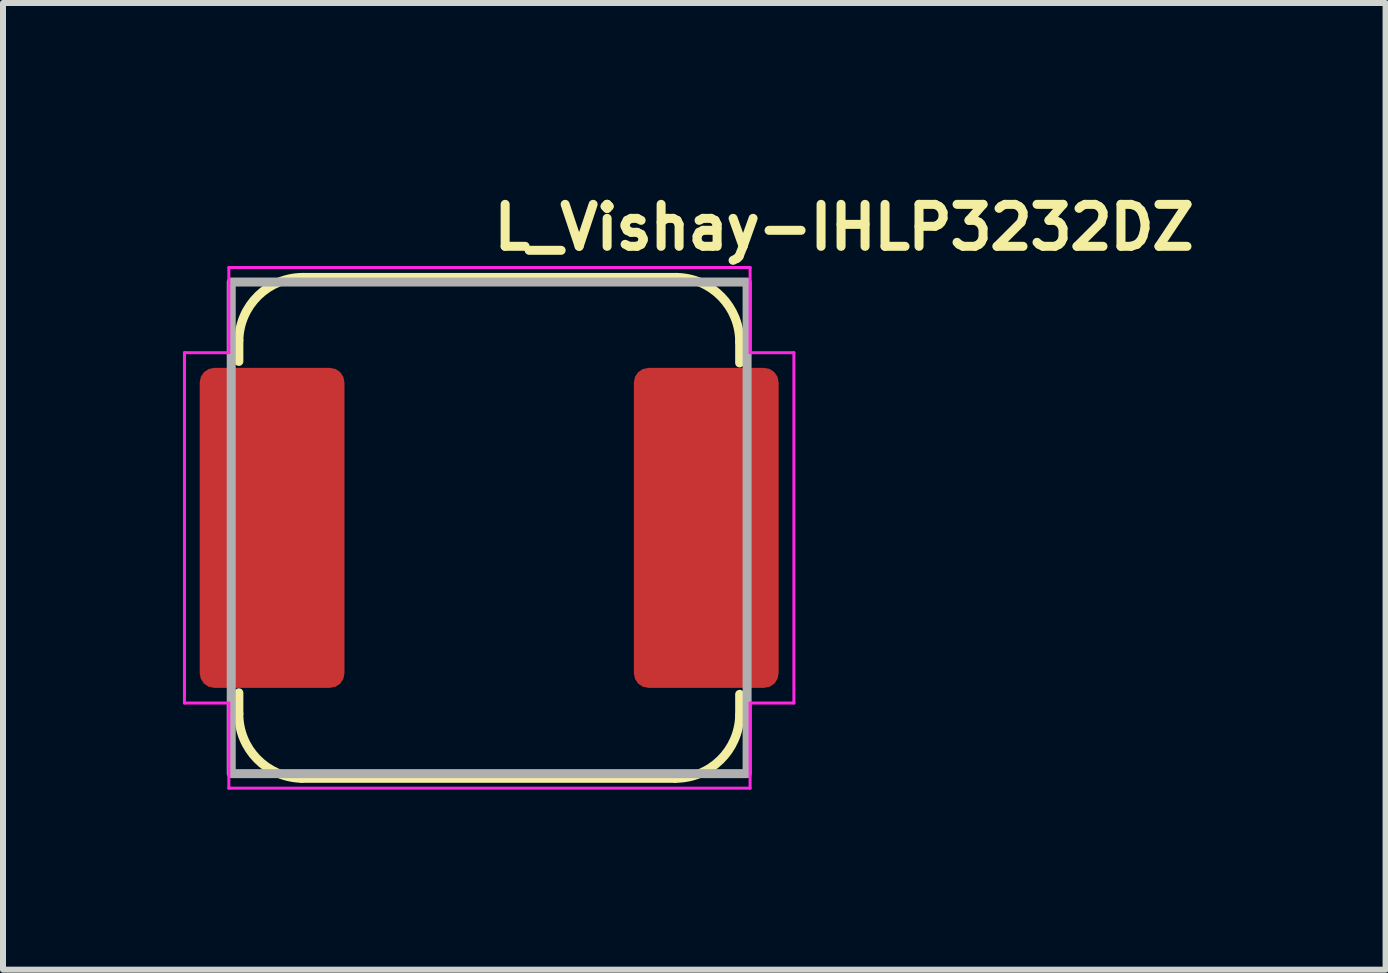
<source format=kicad_pcb>
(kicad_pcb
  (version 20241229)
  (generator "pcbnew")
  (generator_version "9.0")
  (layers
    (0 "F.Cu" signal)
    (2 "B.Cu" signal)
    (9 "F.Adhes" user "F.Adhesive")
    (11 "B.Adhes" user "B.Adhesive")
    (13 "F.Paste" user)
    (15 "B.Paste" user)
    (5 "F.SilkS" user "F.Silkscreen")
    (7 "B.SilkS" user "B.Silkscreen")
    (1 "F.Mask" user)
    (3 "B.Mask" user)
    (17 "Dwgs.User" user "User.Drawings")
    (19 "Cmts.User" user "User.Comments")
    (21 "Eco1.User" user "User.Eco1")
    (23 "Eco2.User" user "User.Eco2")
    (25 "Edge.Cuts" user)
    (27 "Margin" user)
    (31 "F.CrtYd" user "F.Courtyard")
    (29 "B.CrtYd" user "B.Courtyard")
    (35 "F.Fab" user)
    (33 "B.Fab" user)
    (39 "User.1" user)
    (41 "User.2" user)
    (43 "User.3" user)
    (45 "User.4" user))
  (footprint "L_Vishay-IHLP3232DZ"
    (layer "F.Cu")
    (at 5.105 5.75)
    (property "Reference" "L_Vishay-IHLP3232DZ" (at 0.001 -4.6 0) (layer "F.SilkS") (effects (font (size 0.7 0.7) (thickness 0.15)) (justify left bottom)))
    (attr smd)
    (fp_line (start -4.173 -2.775) (end -4.173 -3.125) (stroke (width 0.15) (type solid)) (layer "F.SilkS"))
    (fp_line (start -4.173 3.1) (end -4.173 2.75) (stroke (width 0.15) (type solid)) (layer "F.SilkS"))
    (fp_line (start -3.124 4.175) (end 3.101 4.175) (stroke (width 0.15) (type solid)) (layer "F.SilkS"))
    (fp_line (start 3.126 -4.175) (end -3.099 -4.175) (stroke (width 0.15) (type solid)) (layer "F.SilkS"))
    (fp_line (start 4.176 -3.1) (end 4.176 -2.75) (stroke (width 0.15) (type solid)) (layer "F.SilkS"))
    (fp_line (start 4.176 2.775) (end 4.176 3.125) (stroke (width 0.15) (type solid)) (layer "F.SilkS"))
    (fp_arc (start -4.173 -3.125) (mid -3.851043 -3.869958) (end -3.099 -4.175) (stroke (width 0.15) (type solid)) (layer "F.SilkS"))
    (fp_arc (start -3.124 4.175) (mid -3.868667 3.852342) (end -4.173 3.1) (stroke (width 0.15) (type solid)) (layer "F.SilkS"))
    (fp_arc (start 3.126 -4.175) (mid 3.870808 -3.852196) (end 4.176 -3.1) (stroke (width 0.15) (type solid)) (layer "F.SilkS"))
    (fp_arc (start 4.176 3.125) (mid 3.853196 3.869808) (end 3.101 4.175) (stroke (width 0.15) (type solid)) (layer "F.SilkS"))
    (fp_line (start -5.08 2.92) (end -5.08 -2.92) (stroke (width 0.05) (type solid)) (layer "F.CrtYd"))
    (fp_line (start -4.34 -2.92) (end -5.08 -2.92) (stroke (width 0.05) (type solid)) (layer "F.CrtYd"))
    (fp_line (start -4.34 -2.92) (end -4.34 -4.34) (stroke (width 0.05) (type solid)) (layer "F.CrtYd"))
    (fp_line (start -4.34 2.92) (end -5.08 2.92) (stroke (width 0.05) (type solid)) (layer "F.CrtYd"))
    (fp_line (start -4.34 2.92) (end -4.34 4.34) (stroke (width 0.05) (type solid)) (layer "F.CrtYd"))
    (fp_line (start -4.34 4.34) (end 4.35 4.34) (stroke (width 0.05) (type solid)) (layer "F.CrtYd"))
    (fp_line (start 4.35 -4.34) (end -4.34 -4.34) (stroke (width 0.05) (type solid)) (layer "F.CrtYd"))
    (fp_line (start 4.35 -2.92) (end 4.35 -4.34) (stroke (width 0.05) (type solid)) (layer "F.CrtYd"))
    (fp_line (start 4.35 -2.92) (end 5.08 -2.92) (stroke (width 0.05) (type solid)) (layer "F.CrtYd"))
    (fp_line (start 4.35 2.92) (end 4.35 4.34) (stroke (width 0.05) (type solid)) (layer "F.CrtYd"))
    (fp_line (start 4.35 2.92) (end 5.08 2.92) (stroke (width 0.05) (type solid)) (layer "F.CrtYd"))
    (fp_line (start 5.08 -2.92) (end 5.08 2.92) (stroke (width 0.05) (type solid)) (layer "F.CrtYd"))
    (fp_rect (start -4.3 -4.098) (end 4.3 4.097) (stroke (width 0.15) (type solid)) (fill no) (layer "F.Fab"))
    (fp_rect (start -4.3 -4.098) (end 4.3 4.097) (stroke (width 0.1) (type solid)) (fill no) (layer "User.5"))
    (fp_line (start -4.3 -0.363) (end -4.3 -0.363) (stroke (width 0.02) (type solid)) (layer "User.9"))
    (fp_line (start -4.3 -0.363) (end -4.3 -0.254) (stroke (width 0.02) (type solid)) (layer "User.9"))
    (fp_line (start -4.3 -0.363) (end -4.298 -0.364) (stroke (width 0.02) (type solid)) (layer "User.9"))
    (fp_line (start -4.3 -0.363) (end -4.096 -0.363) (stroke (width 0.02) (type solid)) (layer "User.9"))
    (fp_line (start -4.3 1.141) (end -4.3 -0.254) (stroke (width 0.02) (type solid)) (layer "User.9"))
    (fp_line (start -4.3 1.141) (end -4.3 1.25) (stroke (width 0.02) (type solid)) (layer "User.9"))
    (fp_line (start -4.3 1.25) (end -4.3 2.539) (stroke (width 0.02) (type solid)) (layer "User.9"))
    (fp_line (start -4.3 2.539) (end -4.096 2.539) (stroke (width 0.02) (type solid)) (layer "User.9"))
    (fp_line (start -4.298 -0.367) (end -4.297 -0.368) (stroke (width 0.02) (type solid)) (layer "User.9"))
    (fp_line (start -4.298 -0.366) (end -4.298 -0.367) (stroke (width 0.02) (type solid)) (layer "User.9"))
    (fp_line (start -4.298 -0.366) (end -4.298 -0.366) (stroke (width 0.02) (type solid)) (layer "User.9"))
    (fp_line (start -4.298 -0.365) (end -4.298 -0.366) (stroke (width 0.02) (type solid)) (layer "User.9"))
    (fp_line (start -4.298 -0.365) (end -4.298 -0.365) (stroke (width 0.02) (type solid)) (layer "User.9"))
    (fp_line (start -4.298 -0.364) (end -4.298 -0.365) (stroke (width 0.02) (type solid)) (layer "User.9"))
    (fp_line (start -4.298 1.25) (end -4.3 1.25) (stroke (width 0.02) (type solid)) (layer "User.9"))
    (fp_line (start -4.298 1.252) (end -4.298 1.25) (stroke (width 0.02) (type solid)) (layer "User.9"))
    (fp_line (start -4.298 1.252) (end -4.298 1.252) (stroke (width 0.02) (type solid)) (layer "User.9"))
    (fp_line (start -4.297 -0.368) (end -4.295 -0.368) (stroke (width 0.02) (type solid)) (layer "User.9"))
    (fp_line (start -4.297 1.254) (end -4.298 1.252) (stroke (width 0.02) (type solid)) (layer "User.9"))
    (fp_line (start -4.295 -0.369) (end -4.295 -0.369) (stroke (width 0.02) (type solid)) (layer "User.9"))
    (fp_line (start -4.295 -0.369) (end -4.293 -0.37) (stroke (width 0.02) (type solid)) (layer "User.9"))
    (fp_line (start -4.295 -0.368) (end -4.295 -0.369) (stroke (width 0.02) (type solid)) (layer "User.9"))
    (fp_line (start -4.295 1.256) (end -4.297 1.254) (stroke (width 0.02) (type solid)) (layer "User.9"))
    (fp_line (start -4.293 -0.37) (end -4.293 -0.37) (stroke (width 0.02) (type solid)) (layer "User.9"))
    (fp_line (start -4.293 -0.37) (end -4.292 -0.371) (stroke (width 0.02) (type solid)) (layer "User.9"))
    (fp_line (start -4.293 1.256) (end -4.295 1.256) (stroke (width 0.02) (type solid)) (layer "User.9"))
    (fp_line (start -4.292 -0.371) (end -4.29 -0.372) (stroke (width 0.02) (type solid)) (layer "User.9"))
    (fp_line (start -4.292 1.258) (end -4.293 1.256) (stroke (width 0.02) (type solid)) (layer "User.9"))
    (fp_line (start -4.29 -0.372) (end -4.289 -0.372) (stroke (width 0.02) (type solid)) (layer "User.9"))
    (fp_line (start -4.289 -0.372) (end -4.287 -0.373) (stroke (width 0.02) (type solid)) (layer "User.9"))
    (fp_line (start -4.289 1.258) (end -4.292 1.258) (stroke (width 0.02) (type solid)) (layer "User.9"))
    (fp_line (start -4.287 -0.373) (end -4.285 -0.373) (stroke (width 0.02) (type solid)) (layer "User.9"))
    (fp_line (start -4.285 -0.373) (end -4.282 -0.375) (stroke (width 0.02) (type solid)) (layer "User.9"))
    (fp_line (start -4.285 1.26) (end -4.289 1.258) (stroke (width 0.02) (type solid)) (layer "User.9"))
    (fp_line (start -4.282 -0.375) (end -4.279 -0.376) (stroke (width 0.02) (type solid)) (layer "User.9"))
    (fp_line (start -4.282 1.262) (end -4.285 1.26) (stroke (width 0.02) (type solid)) (layer "User.9"))
    (fp_line (start -4.279 -0.376) (end -4.276 -0.377) (stroke (width 0.02) (type solid)) (layer "User.9"))
    (fp_line (start -4.279 1.262) (end -4.282 1.262) (stroke (width 0.02) (type solid)) (layer "User.9"))
    (fp_line (start -4.276 -0.377) (end -4.271 -0.378) (stroke (width 0.02) (type solid)) (layer "User.9"))
    (fp_line (start -4.276 1.264) (end -4.279 1.262) (stroke (width 0.02) (type solid)) (layer "User.9"))
    (fp_line (start -4.271 -0.378) (end -4.268 -0.379) (stroke (width 0.02) (type solid)) (layer "User.9"))
    (fp_line (start -4.271 1.264) (end -4.276 1.264) (stroke (width 0.02) (type solid)) (layer "User.9"))
    (fp_line (start -4.268 -0.379) (end -4.263 -0.38) (stroke (width 0.02) (type solid)) (layer "User.9"))
    (fp_line (start -4.268 1.266) (end -4.271 1.264) (stroke (width 0.02) (type solid)) (layer "User.9"))
    (fp_line (start -4.263 -0.38) (end -4.258 -0.381) (stroke (width 0.02) (type solid)) (layer "User.9"))
    (fp_line (start -4.258 -0.381) (end -4.096 -0.381) (stroke (width 0.02) (type solid)) (layer "User.9"))
    (fp_line (start -4.258 1.268) (end -4.268 1.266) (stroke (width 0.02) (type solid)) (layer "User.9"))
    (fp_line (start -4.096 -3.093) (end -4.096 -2.54) (stroke (width 0.02) (type solid)) (layer "User.9"))
    (fp_line (start -4.096 -2.54) (end -4.3 -2.54) (stroke (width 0.02) (type solid)) (layer "User.9"))
    (fp_line (start -4.096 -2.54) (end -3.843 -2.54) (stroke (width 0.02) (type solid)) (layer "User.9"))
    (fp_line (start -4.096 -0.381) (end -4.096 1.268) (stroke (width 0.02) (type solid)) (layer "User.9"))
    (fp_line (start -4.096 -0.363) (end -4.096 -0.254) (stroke (width 0.02) (type solid)) (layer "User.9"))
    (fp_line (start -4.096 1.141) (end -4.096 -0.254) (stroke (width 0.02) (type solid)) (layer "User.9"))
    (fp_line (start -4.096 1.141) (end -4.096 1.25) (stroke (width 0.02) (type solid)) (layer "User.9"))
    (fp_line (start -4.096 1.25) (end -4.3 1.25) (stroke (width 0.02) (type solid)) (layer "User.9"))
    (fp_line (start -4.096 1.268) (end -4.258 1.268) (stroke (width 0.02) (type solid)) (layer "User.9"))
    (fp_line (start -4.096 2.539) (end -4.096 3.091) (stroke (width 0.02) (type solid)) (layer "User.9"))
    (fp_line (start -4.096 3.091) (end -4.094 3.14) (stroke (width 0.02) (type solid)) (layer "User.9"))
    (fp_line (start -4.094 -3.142) (end -4.096 -3.093) (stroke (width 0.02) (type solid)) (layer "User.9"))
    (fp_line (start -4.094 3.14) (end -4.091 3.189) (stroke (width 0.02) (type solid)) (layer "User.9"))
    (fp_line (start -4.091 -3.192) (end -4.094 -3.142) (stroke (width 0.02) (type solid)) (layer "User.9"))
    (fp_line (start -4.091 3.189) (end -4.085 3.238) (stroke (width 0.02) (type solid)) (layer "User.9"))
    (fp_line (start -4.085 -3.241) (end -4.091 -3.192) (stroke (width 0.02) (type solid)) (layer "User.9"))
    (fp_line (start -4.085 3.238) (end -4.077 3.287) (stroke (width 0.02) (type solid)) (layer "User.9"))
    (fp_line (start -4.077 -3.29) (end -4.085 -3.241) (stroke (width 0.02) (type solid)) (layer "User.9"))
    (fp_line (start -4.077 3.287) (end -4.065 3.335) (stroke (width 0.02) (type solid)) (layer "User.9"))
    (fp_line (start -4.065 -3.338) (end -4.077 -3.29) (stroke (width 0.02) (type solid)) (layer "User.9"))
    (fp_line (start -4.065 3.335) (end -4.053 3.382) (stroke (width 0.02) (type solid)) (layer "User.9"))
    (fp_line (start -4.053 -3.384) (end -4.065 -3.338) (stroke (width 0.02) (type solid)) (layer "User.9"))
    (fp_line (start -4.053 3.382) (end -4.037 3.43) (stroke (width 0.02) (type solid)) (layer "User.9"))
    (fp_line (start -4.037 -3.431) (end -4.053 -3.384) (stroke (width 0.02) (type solid)) (layer "User.9"))
    (fp_line (start -4.037 3.43) (end -4.019 3.475) (stroke (width 0.02) (type solid)) (layer "User.9"))
    (fp_line (start -4.019 -3.477) (end -4.037 -3.431) (stroke (width 0.02) (type solid)) (layer "User.9"))
    (fp_line (start -4.019 3.475) (end -4 3.519) (stroke (width 0.02) (type solid)) (layer "User.9"))
    (fp_line (start -4 -3.521) (end -4.019 -3.477) (stroke (width 0.02) (type solid)) (layer "User.9"))
    (fp_line (start -4 3.519) (end -3.979 3.563) (stroke (width 0.02) (type solid)) (layer "User.9"))
    (fp_line (start -3.979 -3.565) (end -4 -3.521) (stroke (width 0.02) (type solid)) (layer "User.9"))
    (fp_line (start -3.979 3.563) (end -3.954 3.607) (stroke (width 0.02) (type solid)) (layer "User.9"))
    (fp_line (start -3.954 -3.609) (end -3.979 -3.565) (stroke (width 0.02) (type solid)) (layer "User.9"))
    (fp_line (start -3.954 3.607) (end -3.929 3.648) (stroke (width 0.02) (type solid)) (layer "User.9"))
    (fp_line (start -3.929 -3.65) (end -3.954 -3.609) (stroke (width 0.02) (type solid)) (layer "User.9"))
    (fp_line (start -3.929 3.648) (end -3.899 3.688) (stroke (width 0.02) (type solid)) (layer "User.9"))
    (fp_line (start -3.899 -3.69) (end -3.929 -3.65) (stroke (width 0.02) (type solid)) (layer "User.9"))
    (fp_line (start -3.899 3.688) (end -3.87 3.728) (stroke (width 0.02) (type solid)) (layer "User.9"))
    (fp_line (start -3.87 -3.73) (end -3.899 -3.69) (stroke (width 0.02) (type solid)) (layer "User.9"))
    (fp_line (start -3.87 3.728) (end -3.837 3.765) (stroke (width 0.02) (type solid)) (layer "User.9"))
    (fp_line (start -3.843 -3.041) (end -3.842 -3.092) (stroke (width 0.02) (type solid)) (layer "User.9"))
    (fp_line (start -3.843 -0.381) (end -4.096 -0.381) (stroke (width 0.02) (type solid)) (layer "User.9"))
    (fp_line (start -3.843 1.268) (end -4.096 1.268) (stroke (width 0.02) (type solid)) (layer "User.9"))
    (fp_line (start -3.843 1.268) (end -4.096 1.268) (stroke (width 0.02) (type solid)) (layer "User.9"))
    (fp_line (start -3.843 2.539) (end -4.096 2.539) (stroke (width 0.02) (type solid)) (layer "User.9"))
    (fp_line (start -3.843 3.039) (end -3.843 -3.041) (stroke (width 0.02) (type solid)) (layer "User.9"))
    (fp_line (start -3.842 -3.092) (end -3.838 -3.141) (stroke (width 0.02) (type solid)) (layer "User.9"))
    (fp_line (start -3.842 3.089) (end -3.843 3.039) (stroke (width 0.02) (type solid)) (layer "User.9"))
    (fp_line (start -3.838 -3.141) (end -3.832 -3.189) (stroke (width 0.02) (type solid)) (layer "User.9"))
    (fp_line (start -3.838 3.138) (end -3.842 3.089) (stroke (width 0.02) (type solid)) (layer "User.9"))
    (fp_line (start -3.837 -3.767) (end -3.87 -3.73) (stroke (width 0.02) (type solid)) (layer "User.9"))
    (fp_line (start -3.837 3.765) (end -3.802 3.801) (stroke (width 0.02) (type solid)) (layer "User.9"))
    (fp_line (start -3.832 -3.189) (end -3.824 -3.238) (stroke (width 0.02) (type solid)) (layer "User.9"))
    (fp_line (start -3.832 3.188) (end -3.838 3.138) (stroke (width 0.02) (type solid)) (layer "User.9"))
    (fp_line (start -3.824 -3.238) (end -3.813 -3.286) (stroke (width 0.02) (type solid)) (layer "User.9"))
    (fp_line (start -3.824 3.237) (end -3.832 3.188) (stroke (width 0.02) (type solid)) (layer "User.9"))
    (fp_line (start -3.813 -3.286) (end -3.8 -3.334) (stroke (width 0.02) (type solid)) (layer "User.9"))
    (fp_line (start -3.813 3.285) (end -3.824 3.237) (stroke (width 0.02) (type solid)) (layer "User.9"))
    (fp_line (start -3.802 -3.803) (end -3.837 -3.767) (stroke (width 0.02) (type solid)) (layer "User.9"))
    (fp_line (start -3.802 -3.803) (end -3.802 -3.803) (stroke (width 0.02) (type solid)) (layer "User.9"))
    (fp_line (start -3.802 3.801) (end -3.802 3.801) (stroke (width 0.02) (type solid)) (layer "User.9"))
    (fp_line (start -3.802 3.801) (end -3.766 3.836) (stroke (width 0.02) (type solid)) (layer "User.9"))
    (fp_line (start -3.8 -3.334) (end -3.785 -3.38) (stroke (width 0.02) (type solid)) (layer "User.9"))
    (fp_line (start -3.8 3.331) (end -3.813 3.285) (stroke (width 0.02) (type solid)) (layer "User.9"))
    (fp_line (start -3.785 -3.38) (end -3.766 -3.427) (stroke (width 0.02) (type solid)) (layer "User.9"))
    (fp_line (start -3.785 3.378) (end -3.8 3.331) (stroke (width 0.02) (type solid)) (layer "User.9"))
    (fp_line (start -3.766 -3.838) (end -3.802 -3.803) (stroke (width 0.02) (type solid)) (layer "User.9"))
    (fp_line (start -3.766 -3.427) (end -3.746 -3.472) (stroke (width 0.02) (type solid)) (layer "User.9"))
    (fp_line (start -3.766 3.424) (end -3.785 3.378) (stroke (width 0.02) (type solid)) (layer "User.9"))
    (fp_line (start -3.766 3.836) (end -3.729 3.869) (stroke (width 0.02) (type solid)) (layer "User.9"))
    (fp_line (start -3.746 -3.472) (end -3.725 -3.516) (stroke (width 0.02) (type solid)) (layer "User.9"))
    (fp_line (start -3.746 3.47) (end -3.766 3.424) (stroke (width 0.02) (type solid)) (layer "User.9"))
    (fp_line (start -3.729 -3.871) (end -3.766 -3.838) (stroke (width 0.02) (type solid)) (layer "User.9"))
    (fp_line (start -3.729 3.869) (end -3.689 3.898) (stroke (width 0.02) (type solid)) (layer "User.9"))
    (fp_line (start -3.725 -3.516) (end -3.7 -3.557) (stroke (width 0.02) (type solid)) (layer "User.9"))
    (fp_line (start -3.725 3.513) (end -3.746 3.47) (stroke (width 0.02) (type solid)) (layer "User.9"))
    (fp_line (start -3.7 -3.557) (end -3.675 -3.6) (stroke (width 0.02) (type solid)) (layer "User.9"))
    (fp_line (start -3.7 3.555) (end -3.725 3.513) (stroke (width 0.02) (type solid)) (layer "User.9"))
    (fp_line (start -3.689 -3.9) (end -3.729 -3.871) (stroke (width 0.02) (type solid)) (layer "User.9"))
    (fp_line (start -3.689 3.898) (end -3.649 3.927) (stroke (width 0.02) (type solid)) (layer "User.9"))
    (fp_line (start -3.675 -3.6) (end -3.645 -3.64) (stroke (width 0.02) (type solid)) (layer "User.9"))
    (fp_line (start -3.675 3.597) (end -3.7 3.555) (stroke (width 0.02) (type solid)) (layer "User.9"))
    (fp_line (start -3.649 -3.93) (end -3.689 -3.9) (stroke (width 0.02) (type solid)) (layer "User.9"))
    (fp_line (start -3.649 3.927) (end -3.608 3.954) (stroke (width 0.02) (type solid)) (layer "User.9"))
    (fp_line (start -3.645 -3.64) (end -3.616 -3.678) (stroke (width 0.02) (type solid)) (layer "User.9"))
    (fp_line (start -3.645 3.637) (end -3.675 3.597) (stroke (width 0.02) (type solid)) (layer "User.9"))
    (fp_line (start -3.616 -3.678) (end -3.583 -3.717) (stroke (width 0.02) (type solid)) (layer "User.9"))
    (fp_line (start -3.616 3.676) (end -3.645 3.637) (stroke (width 0.02) (type solid)) (layer "User.9"))
    (fp_line (start -3.608 -3.955) (end -3.649 -3.93) (stroke (width 0.02) (type solid)) (layer "User.9"))
    (fp_line (start -3.608 3.954) (end -3.564 3.978) (stroke (width 0.02) (type solid)) (layer "User.9"))
    (fp_line (start -3.583 -3.717) (end -3.548 -3.753) (stroke (width 0.02) (type solid)) (layer "User.9"))
    (fp_line (start -3.583 3.714) (end -3.616 3.676) (stroke (width 0.02) (type solid)) (layer "User.9"))
    (fp_line (start -3.564 -3.98) (end -3.608 -3.955) (stroke (width 0.02) (type solid)) (layer "User.9"))
    (fp_line (start -3.564 3.978) (end -3.52 3.999) (stroke (width 0.02) (type solid)) (layer "User.9"))
    (fp_line (start -3.548 -3.753) (end -3.548 -3.753) (stroke (width 0.02) (type solid)) (layer "User.9"))
    (fp_line (start -3.548 -3.753) (end -3.512 -3.787) (stroke (width 0.02) (type solid)) (layer "User.9"))
    (fp_line (start -3.548 3.75) (end -3.583 3.714) (stroke (width 0.02) (type solid)) (layer "User.9"))
    (fp_line (start -3.548 3.75) (end -3.548 3.75) (stroke (width 0.02) (type solid)) (layer "User.9"))
    (fp_line (start -3.52 -4.001) (end -3.564 -3.98) (stroke (width 0.02) (type solid)) (layer "User.9"))
    (fp_line (start -3.52 3.999) (end -3.476 4.019) (stroke (width 0.02) (type solid)) (layer "User.9"))
    (fp_line (start -3.512 -3.787) (end -3.475 -3.819) (stroke (width 0.02) (type solid)) (layer "User.9"))
    (fp_line (start -3.512 3.785) (end -3.548 3.75) (stroke (width 0.02) (type solid)) (layer "User.9"))
    (fp_line (start -3.476 -4.021) (end -3.52 -4.001) (stroke (width 0.02) (type solid)) (layer "User.9"))
    (fp_line (start -3.476 4.019) (end -3.43 4.038) (stroke (width 0.02) (type solid)) (layer "User.9"))
    (fp_line (start -3.475 -3.819) (end -3.435 -3.85) (stroke (width 0.02) (type solid)) (layer "User.9"))
    (fp_line (start -3.475 3.817) (end -3.512 3.785) (stroke (width 0.02) (type solid)) (layer "User.9"))
    (fp_line (start -3.435 -3.85) (end -3.395 -3.879) (stroke (width 0.02) (type solid)) (layer "User.9"))
    (fp_line (start -3.435 3.847) (end -3.475 3.817) (stroke (width 0.02) (type solid)) (layer "User.9"))
    (fp_line (start -3.43 -4.038) (end -3.476 -4.021) (stroke (width 0.02) (type solid)) (layer "User.9"))
    (fp_line (start -3.43 4.038) (end -3.383 4.051) (stroke (width 0.02) (type solid)) (layer "User.9"))
    (fp_line (start -3.395 -3.879) (end -3.354 -3.904) (stroke (width 0.02) (type solid)) (layer "User.9"))
    (fp_line (start -3.395 3.876) (end -3.435 3.847) (stroke (width 0.02) (type solid)) (layer "User.9"))
    (fp_line (start -3.383 -4.054) (end -3.43 -4.038) (stroke (width 0.02) (type solid)) (layer "User.9"))
    (fp_line (start -3.383 4.051) (end -3.337 4.065) (stroke (width 0.02) (type solid)) (layer "User.9"))
    (fp_line (start -3.354 -3.904) (end -3.31 -3.928) (stroke (width 0.02) (type solid)) (layer "User.9"))
    (fp_line (start -3.354 3.902) (end -3.395 3.876) (stroke (width 0.02) (type solid)) (layer "User.9"))
    (fp_line (start -3.337 -4.067) (end -3.383 -4.054) (stroke (width 0.02) (type solid)) (layer "User.9"))
    (fp_line (start -3.337 4.065) (end -3.289 4.075) (stroke (width 0.02) (type solid)) (layer "User.9"))
    (fp_line (start -3.31 -3.928) (end -3.266 -3.951) (stroke (width 0.02) (type solid)) (layer "User.9"))
    (fp_line (start -3.31 3.926) (end -3.354 3.902) (stroke (width 0.02) (type solid)) (layer "User.9"))
    (fp_line (start -3.289 -4.078) (end -3.337 -4.067) (stroke (width 0.02) (type solid)) (layer "User.9"))
    (fp_line (start -3.289 4.075) (end -3.24 4.083) (stroke (width 0.02) (type solid)) (layer "User.9"))
    (fp_line (start -3.266 -3.951) (end -3.222 -3.971) (stroke (width 0.02) (type solid)) (layer "User.9"))
    (fp_line (start -3.266 3.948) (end -3.31 3.926) (stroke (width 0.02) (type solid)) (layer "User.9"))
    (fp_line (start -3.24 -4.086) (end -3.289 -4.078) (stroke (width 0.02) (type solid)) (layer "User.9"))
    (fp_line (start -3.24 4.083) (end -3.191 4.091) (stroke (width 0.02) (type solid)) (layer "User.9"))
    (fp_line (start -3.222 -3.971) (end -3.176 -3.988) (stroke (width 0.02) (type solid)) (layer "User.9"))
    (fp_line (start -3.222 3.968) (end -3.266 3.948) (stroke (width 0.02) (type solid)) (layer "User.9"))
    (fp_line (start -3.191 -4.093) (end -3.24 -4.086) (stroke (width 0.02) (type solid)) (layer "User.9"))
    (fp_line (start -3.191 4.091) (end -3.141 4.094) (stroke (width 0.02) (type solid)) (layer "User.9"))
    (fp_line (start -3.176 -3.988) (end -3.129 -4.003) (stroke (width 0.02) (type solid)) (layer "User.9"))
    (fp_line (start -3.176 3.987) (end -3.222 3.968) (stroke (width 0.02) (type solid)) (layer "User.9"))
    (fp_line (start -3.141 -4.096) (end -3.191 -4.093) (stroke (width 0.02) (type solid)) (layer "User.9"))
    (fp_line (start -3.141 4.094) (end -3.092 4.097) (stroke (width 0.02) (type solid)) (layer "User.9"))
    (fp_line (start -3.129 -4.003) (end -3.083 -4.016) (stroke (width 0.02) (type solid)) (layer "User.9"))
    (fp_line (start -3.129 4.001) (end -3.176 3.987) (stroke (width 0.02) (type solid)) (layer "User.9"))
    (fp_line (start -3.092 -4.098) (end -3.141 -4.096) (stroke (width 0.02) (type solid)) (layer "User.9"))
    (fp_line (start -3.092 4.097) (end 3.092 4.097) (stroke (width 0.02) (type solid)) (layer "User.9"))
    (fp_line (start -3.083 -4.016) (end -3.035 -4.027) (stroke (width 0.02) (type solid)) (layer "User.9"))
    (fp_line (start -3.083 4.014) (end -3.129 4.001) (stroke (width 0.02) (type solid)) (layer "User.9"))
    (fp_line (start -3.035 -4.027) (end -2.986 -4.037) (stroke (width 0.02) (type solid)) (layer "User.9"))
    (fp_line (start -3.035 4.025) (end -3.083 4.014) (stroke (width 0.02) (type solid)) (layer "User.9"))
    (fp_line (start -2.986 -4.037) (end -2.937 -4.041) (stroke (width 0.02) (type solid)) (layer "User.9"))
    (fp_line (start -2.986 4.035) (end -3.035 4.025) (stroke (width 0.02) (type solid)) (layer "User.9"))
    (fp_line (start -2.937 -4.041) (end -2.887 -4.045) (stroke (width 0.02) (type solid)) (layer "User.9"))
    (fp_line (start -2.937 4.041) (end -2.986 4.035) (stroke (width 0.02) (type solid)) (layer "User.9"))
    (fp_line (start -2.887 -4.045) (end -2.838 -4.046) (stroke (width 0.02) (type solid)) (layer "User.9"))
    (fp_line (start -2.887 4.043) (end -2.937 4.041) (stroke (width 0.02) (type solid)) (layer "User.9"))
    (fp_line (start -2.838 -4.046) (end 2.838 -4.046) (stroke (width 0.02) (type solid)) (layer "User.9"))
    (fp_line (start -2.838 4.046) (end -2.887 4.043) (stroke (width 0.02) (type solid)) (layer "User.9"))
    (fp_line (start 2.838 -4.046) (end 2.887 -4.045) (stroke (width 0.02) (type solid)) (layer "User.9"))
    (fp_line (start 2.838 4.046) (end -2.838 4.046) (stroke (width 0.02) (type solid)) (layer "User.9"))
    (fp_line (start 2.887 -4.045) (end 2.936 -4.041) (stroke (width 0.02) (type solid)) (layer "User.9"))
    (fp_line (start 2.887 4.043) (end 2.838 4.046) (stroke (width 0.02) (type solid)) (layer "User.9"))
    (fp_line (start 2.936 -4.041) (end 2.985 -4.037) (stroke (width 0.02) (type solid)) (layer "User.9"))
    (fp_line (start 2.936 4.041) (end 2.887 4.043) (stroke (width 0.02) (type solid)) (layer "User.9"))
    (fp_line (start 2.985 -4.037) (end 3.034 -4.027) (stroke (width 0.02) (type solid)) (layer "User.9"))
    (fp_line (start 2.985 4.035) (end 2.936 4.041) (stroke (width 0.02) (type solid)) (layer "User.9"))
    (fp_line (start 3.034 -4.027) (end 3.082 -4.016) (stroke (width 0.02) (type solid)) (layer "User.9"))
    (fp_line (start 3.034 4.025) (end 2.985 4.035) (stroke (width 0.02) (type solid)) (layer "User.9"))
    (fp_line (start 3.082 -4.016) (end 3.129 -4.003) (stroke (width 0.02) (type solid)) (layer "User.9"))
    (fp_line (start 3.082 4.014) (end 3.034 4.025) (stroke (width 0.02) (type solid)) (layer "User.9"))
    (fp_line (start 3.092 -4.098) (end -3.092 -4.098) (stroke (width 0.02) (type solid)) (layer "User.9"))
    (fp_line (start 3.092 4.097) (end 3.141 4.094) (stroke (width 0.02) (type solid)) (layer "User.9"))
    (fp_line (start 3.129 -4.003) (end 3.177 -3.988) (stroke (width 0.02) (type solid)) (layer "User.9"))
    (fp_line (start 3.129 4.001) (end 3.082 4.014) (stroke (width 0.02) (type solid)) (layer "User.9"))
    (fp_line (start 3.141 -4.096) (end 3.092 -4.098) (stroke (width 0.02) (type solid)) (layer "User.9"))
    (fp_line (start 3.141 4.094) (end 3.19 4.091) (stroke (width 0.02) (type solid)) (layer "User.9"))
    (fp_line (start 3.177 -3.988) (end 3.222 -3.971) (stroke (width 0.02) (type solid)) (layer "User.9"))
    (fp_line (start 3.177 3.987) (end 3.129 4.001) (stroke (width 0.02) (type solid)) (layer "User.9"))
    (fp_line (start 3.19 -4.093) (end 3.141 -4.096) (stroke (width 0.02) (type solid)) (layer "User.9"))
    (fp_line (start 3.19 4.091) (end 3.239 4.083) (stroke (width 0.02) (type solid)) (layer "User.9"))
    (fp_line (start 3.222 -3.971) (end 3.266 -3.951) (stroke (width 0.02) (type solid)) (layer "User.9"))
    (fp_line (start 3.222 3.968) (end 3.177 3.987) (stroke (width 0.02) (type solid)) (layer "User.9"))
    (fp_line (start 3.239 -4.086) (end 3.19 -4.093) (stroke (width 0.02) (type solid)) (layer "User.9"))
    (fp_line (start 3.239 4.083) (end 3.288 4.075) (stroke (width 0.02) (type solid)) (layer "User.9"))
    (fp_line (start 3.266 -3.951) (end 3.31 -3.928) (stroke (width 0.02) (type solid)) (layer "User.9"))
    (fp_line (start 3.266 3.948) (end 3.222 3.968) (stroke (width 0.02) (type solid)) (layer "User.9"))
    (fp_line (start 3.288 -4.078) (end 3.239 -4.086) (stroke (width 0.02) (type solid)) (layer "User.9"))
    (fp_line (start 3.288 4.075) (end 3.336 4.065) (stroke (width 0.02) (type solid)) (layer "User.9"))
    (fp_line (start 3.31 -3.928) (end 3.354 -3.904) (stroke (width 0.02) (type solid)) (layer "User.9"))
    (fp_line (start 3.31 3.926) (end 3.266 3.948) (stroke (width 0.02) (type solid)) (layer "User.9"))
    (fp_line (start 3.336 -4.067) (end 3.288 -4.078) (stroke (width 0.02) (type solid)) (layer "User.9"))
    (fp_line (start 3.336 4.065) (end 3.383 4.051) (stroke (width 0.02) (type solid)) (layer "User.9"))
    (fp_line (start 3.354 -3.904) (end 3.395 -3.879) (stroke (width 0.02) (type solid)) (layer "User.9"))
    (fp_line (start 3.354 3.902) (end 3.31 3.926) (stroke (width 0.02) (type solid)) (layer "User.9"))
    (fp_line (start 3.383 -4.054) (end 3.336 -4.067) (stroke (width 0.02) (type solid)) (layer "User.9"))
    (fp_line (start 3.383 4.051) (end 3.431 4.038) (stroke (width 0.02) (type solid)) (layer "User.9"))
    (fp_line (start 3.395 -3.879) (end 3.435 -3.85) (stroke (width 0.02) (type solid)) (layer "User.9"))
    (fp_line (start 3.395 3.876) (end 3.354 3.902) (stroke (width 0.02) (type solid)) (layer "User.9"))
    (fp_line (start 3.431 -4.038) (end 3.383 -4.054) (stroke (width 0.02) (type solid)) (layer "User.9"))
    (fp_line (start 3.431 4.038) (end 3.476 4.019) (stroke (width 0.02) (type solid)) (layer "User.9"))
    (fp_line (start 3.435 -3.85) (end 3.475 -3.819) (stroke (width 0.02) (type solid)) (layer "User.9"))
    (fp_line (start 3.435 3.847) (end 3.395 3.876) (stroke (width 0.02) (type solid)) (layer "User.9"))
    (fp_line (start 3.475 -3.819) (end 3.512 -3.787) (stroke (width 0.02) (type solid)) (layer "User.9"))
    (fp_line (start 3.475 3.817) (end 3.435 3.847) (stroke (width 0.02) (type solid)) (layer "User.9"))
    (fp_line (start 3.476 -4.021) (end 3.431 -4.038) (stroke (width 0.02) (type solid)) (layer "User.9"))
    (fp_line (start 3.476 4.019) (end 3.52 3.999) (stroke (width 0.02) (type solid)) (layer "User.9"))
    (fp_line (start 3.512 -3.787) (end 3.548 -3.753) (stroke (width 0.02) (type solid)) (layer "User.9"))
    (fp_line (start 3.512 3.785) (end 3.475 3.817) (stroke (width 0.02) (type solid)) (layer "User.9"))
    (fp_line (start 3.52 -4.001) (end 3.476 -4.021) (stroke (width 0.02) (type solid)) (layer "User.9"))
    (fp_line (start 3.52 3.999) (end 3.564 3.978) (stroke (width 0.02) (type solid)) (layer "User.9"))
    (fp_line (start 3.548 -3.753) (end 3.548 -3.753) (stroke (width 0.02) (type solid)) (layer "User.9"))
    (fp_line (start 3.548 -3.753) (end 3.582 -3.717) (stroke (width 0.02) (type solid)) (layer "User.9"))
    (fp_line (start 3.548 3.75) (end 3.512 3.785) (stroke (width 0.02) (type solid)) (layer "User.9"))
    (fp_line (start 3.548 3.75) (end 3.548 3.75) (stroke (width 0.02) (type solid)) (layer "User.9"))
    (fp_line (start 3.564 -3.98) (end 3.52 -4.001) (stroke (width 0.02) (type solid)) (layer "User.9"))
    (fp_line (start 3.564 3.978) (end 3.608 3.954) (stroke (width 0.02) (type solid)) (layer "User.9"))
    (fp_line (start 3.582 -3.717) (end 3.616 -3.678) (stroke (width 0.02) (type solid)) (layer "User.9"))
    (fp_line (start 3.582 3.714) (end 3.548 3.75) (stroke (width 0.02) (type solid)) (layer "User.9"))
    (fp_line (start 3.608 -3.955) (end 3.564 -3.98) (stroke (width 0.02) (type solid)) (layer "User.9"))
    (fp_line (start 3.608 3.954) (end 3.649 3.927) (stroke (width 0.02) (type solid)) (layer "User.9"))
    (fp_line (start 3.616 -3.678) (end 3.645 -3.64) (stroke (width 0.02) (type solid)) (layer "User.9"))
    (fp_line (start 3.616 3.676) (end 3.582 3.714) (stroke (width 0.02) (type solid)) (layer "User.9"))
    (fp_line (start 3.645 -3.64) (end 3.674 -3.6) (stroke (width 0.02) (type solid)) (layer "User.9"))
    (fp_line (start 3.645 3.637) (end 3.616 3.676) (stroke (width 0.02) (type solid)) (layer "User.9"))
    (fp_line (start 3.649 -3.93) (end 3.608 -3.955) (stroke (width 0.02) (type solid)) (layer "User.9"))
    (fp_line (start 3.649 3.927) (end 3.689 3.898) (stroke (width 0.02) (type solid)) (layer "User.9"))
    (fp_line (start 3.674 -3.6) (end 3.701 -3.557) (stroke (width 0.02) (type solid)) (layer "User.9"))
    (fp_line (start 3.674 3.597) (end 3.645 3.637) (stroke (width 0.02) (type solid)) (layer "User.9"))
    (fp_line (start 3.689 -3.9) (end 3.649 -3.93) (stroke (width 0.02) (type solid)) (layer "User.9"))
    (fp_line (start 3.689 3.898) (end 3.729 3.869) (stroke (width 0.02) (type solid)) (layer "User.9"))
    (fp_line (start 3.701 -3.557) (end 3.725 -3.516) (stroke (width 0.02) (type solid)) (layer "User.9"))
    (fp_line (start 3.701 3.555) (end 3.674 3.597) (stroke (width 0.02) (type solid)) (layer "User.9"))
    (fp_line (start 3.725 -3.516) (end 3.746 -3.472) (stroke (width 0.02) (type solid)) (layer "User.9"))
    (fp_line (start 3.725 3.513) (end 3.701 3.555) (stroke (width 0.02) (type solid)) (layer "User.9"))
    (fp_line (start 3.729 -3.871) (end 3.689 -3.9) (stroke (width 0.02) (type solid)) (layer "User.9"))
    (fp_line (start 3.729 3.869) (end 3.766 3.836) (stroke (width 0.02) (type solid)) (layer "User.9"))
    (fp_line (start 3.746 -3.472) (end 3.766 -3.427) (stroke (width 0.02) (type solid)) (layer "User.9"))
    (fp_line (start 3.746 3.47) (end 3.725 3.513) (stroke (width 0.02) (type solid)) (layer "User.9"))
    (fp_line (start 3.766 -3.838) (end 3.729 -3.871) (stroke (width 0.02) (type solid)) (layer "User.9"))
    (fp_line (start 3.766 -3.427) (end 3.784 -3.38) (stroke (width 0.02) (type solid)) (layer "User.9"))
    (fp_line (start 3.766 3.424) (end 3.746 3.47) (stroke (width 0.02) (type solid)) (layer "User.9"))
    (fp_line (start 3.766 3.836) (end 3.802 3.801) (stroke (width 0.02) (type solid)) (layer "User.9"))
    (fp_line (start 3.784 -3.38) (end 3.799 -3.334) (stroke (width 0.02) (type solid)) (layer "User.9"))
    (fp_line (start 3.784 3.378) (end 3.766 3.424) (stroke (width 0.02) (type solid)) (layer "User.9"))
    (fp_line (start 3.799 -3.334) (end 3.812 -3.286) (stroke (width 0.02) (type solid)) (layer "User.9"))
    (fp_line (start 3.799 3.331) (end 3.784 3.378) (stroke (width 0.02) (type solid)) (layer "User.9"))
    (fp_line (start 3.802 -3.803) (end 3.766 -3.838) (stroke (width 0.02) (type solid)) (layer "User.9"))
    (fp_line (start 3.802 -3.803) (end 3.802 -3.803) (stroke (width 0.02) (type solid)) (layer "User.9"))
    (fp_line (start 3.802 3.801) (end 3.802 3.801) (stroke (width 0.02) (type solid)) (layer "User.9"))
    (fp_line (start 3.802 3.801) (end 3.836 3.765) (stroke (width 0.02) (type solid)) (layer "User.9"))
    (fp_line (start 3.812 -3.286) (end 3.823 -3.238) (stroke (width 0.02) (type solid)) (layer "User.9"))
    (fp_line (start 3.812 3.285) (end 3.799 3.331) (stroke (width 0.02) (type solid)) (layer "User.9"))
    (fp_line (start 3.823 -3.238) (end 3.831 -3.189) (stroke (width 0.02) (type solid)) (layer "User.9"))
    (fp_line (start 3.823 3.237) (end 3.812 3.285) (stroke (width 0.02) (type solid)) (layer "User.9"))
    (fp_line (start 3.831 -3.189) (end 3.838 -3.141) (stroke (width 0.02) (type solid)) (layer "User.9"))
    (fp_line (start 3.831 3.188) (end 3.823 3.237) (stroke (width 0.02) (type solid)) (layer "User.9"))
    (fp_line (start 3.836 -3.767) (end 3.802 -3.803) (stroke (width 0.02) (type solid)) (layer "User.9"))
    (fp_line (start 3.836 3.765) (end 3.87 3.728) (stroke (width 0.02) (type solid)) (layer "User.9"))
    (fp_line (start 3.838 -3.141) (end 3.842 -3.092) (stroke (width 0.02) (type solid)) (layer "User.9"))
    (fp_line (start 3.838 3.138) (end 3.831 3.188) (stroke (width 0.02) (type solid)) (layer "User.9"))
    (fp_line (start 3.842 -3.092) (end 3.843 -3.041) (stroke (width 0.02) (type solid)) (layer "User.9"))
    (fp_line (start 3.842 3.089) (end 3.838 3.138) (stroke (width 0.02) (type solid)) (layer "User.9"))
    (fp_line (start 3.843 -3.041) (end 3.843 3.039) (stroke (width 0.02) (type solid)) (layer "User.9"))
    (fp_line (start 3.843 3.039) (end 3.842 3.089) (stroke (width 0.02) (type solid)) (layer "User.9"))
    (fp_line (start 3.87 -3.73) (end 3.836 -3.767) (stroke (width 0.02) (type solid)) (layer "User.9"))
    (fp_line (start 3.87 3.728) (end 3.899 3.688) (stroke (width 0.02) (type solid)) (layer "User.9"))
    (fp_line (start 3.899 -3.69) (end 3.87 -3.73) (stroke (width 0.02) (type solid)) (layer "User.9"))
    (fp_line (start 3.899 3.688) (end 3.928 3.648) (stroke (width 0.02) (type solid)) (layer "User.9"))
    (fp_line (start 3.928 -3.65) (end 3.899 -3.69) (stroke (width 0.02) (type solid)) (layer "User.9"))
    (fp_line (start 3.928 3.648) (end 3.955 3.607) (stroke (width 0.02) (type solid)) (layer "User.9"))
    (fp_line (start 3.955 -3.609) (end 3.928 -3.65) (stroke (width 0.02) (type solid)) (layer "User.9"))
    (fp_line (start 3.955 3.607) (end 3.979 3.563) (stroke (width 0.02) (type solid)) (layer "User.9"))
    (fp_line (start 3.979 -3.565) (end 3.955 -3.609) (stroke (width 0.02) (type solid)) (layer "User.9"))
    (fp_line (start 3.979 3.563) (end 4 3.519) (stroke (width 0.02) (type solid)) (layer "User.9"))
    (fp_line (start 4 -3.521) (end 3.979 -3.565) (stroke (width 0.02) (type solid)) (layer "User.9"))
    (fp_line (start 4 3.519) (end 4.021 3.475) (stroke (width 0.02) (type solid)) (layer "User.9"))
    (fp_line (start 4.021 -3.477) (end 4 -3.521) (stroke (width 0.02) (type solid)) (layer "User.9"))
    (fp_line (start 4.021 3.475) (end 4.038 3.43) (stroke (width 0.02) (type solid)) (layer "User.9"))
    (fp_line (start 4.038 -3.431) (end 4.021 -3.477) (stroke (width 0.02) (type solid)) (layer "User.9"))
    (fp_line (start 4.038 3.43) (end 4.053 3.382) (stroke (width 0.02) (type solid)) (layer "User.9"))
    (fp_line (start 4.053 -3.384) (end 4.038 -3.431) (stroke (width 0.02) (type solid)) (layer "User.9"))
    (fp_line (start 4.053 3.382) (end 4.065 3.335) (stroke (width 0.02) (type solid)) (layer "User.9"))
    (fp_line (start 4.065 -3.338) (end 4.053 -3.384) (stroke (width 0.02) (type solid)) (layer "User.9"))
    (fp_line (start 4.065 3.335) (end 4.077 3.287) (stroke (width 0.02) (type solid)) (layer "User.9"))
    (fp_line (start 4.077 -3.29) (end 4.065 -3.338) (stroke (width 0.02) (type solid)) (layer "User.9"))
    (fp_line (start 4.077 3.287) (end 4.085 3.238) (stroke (width 0.02) (type solid)) (layer "User.9"))
    (fp_line (start 4.085 -3.241) (end 4.077 -3.29) (stroke (width 0.02) (type solid)) (layer "User.9"))
    (fp_line (start 4.085 3.238) (end 4.093 3.189) (stroke (width 0.02) (type solid)) (layer "User.9"))
    (fp_line (start 4.093 -3.192) (end 4.085 -3.241) (stroke (width 0.02) (type solid)) (layer "User.9"))
    (fp_line (start 4.093 3.189) (end 4.094 3.14) (stroke (width 0.02) (type solid)) (layer "User.9"))
    (fp_line (start 4.094 -3.142) (end 4.093 -3.192) (stroke (width 0.02) (type solid)) (layer "User.9"))
    (fp_line (start 4.094 3.14) (end 4.098 3.091) (stroke (width 0.02) (type solid)) (layer "User.9"))
    (fp_line (start 4.097 -2.54) (end 3.843 -2.54) (stroke (width 0.02) (type solid)) (layer "User.9"))
    (fp_line (start 4.097 -0.381) (end 3.843 -0.381) (stroke (width 0.02) (type solid)) (layer "User.9"))
    (fp_line (start 4.097 -0.381) (end 4.26 -0.381) (stroke (width 0.02) (type solid)) (layer "User.9"))
    (fp_line (start 4.097 1.268) (end 3.843 1.268) (stroke (width 0.02) (type solid)) (layer "User.9"))
    (fp_line (start 4.097 2.539) (end 3.843 2.539) (stroke (width 0.02) (type solid)) (layer "User.9"))
    (fp_line (start 4.097 2.539) (end 4.3 2.539) (stroke (width 0.02) (type solid)) (layer "User.9"))
    (fp_line (start 4.098 -3.093) (end 4.094 -3.142) (stroke (width 0.02) (type solid)) (layer "User.9"))
    (fp_line (start 4.098 -2.54) (end 4.098 -3.093) (stroke (width 0.02) (type solid)) (layer "User.9"))
    (fp_line (start 4.098 -0.381) (end 3.843 -0.381) (stroke (width 0.02) (type solid)) (layer "User.9"))
    (fp_line (start 4.098 -0.254) (end 4.098 -0.363) (stroke (width 0.02) (type solid)) (layer "User.9"))
    (fp_line (start 4.098 1.141) (end 4.098 -0.254) (stroke (width 0.02) (type solid)) (layer "User.9"))
    (fp_line (start 4.098 1.25) (end 4.098 1.141) (stroke (width 0.02) (type solid)) (layer "User.9"))
    (fp_line (start 4.098 1.25) (end 4.3 1.25) (stroke (width 0.02) (type solid)) (layer "User.9"))
    (fp_line (start 4.098 1.268) (end 4.098 -0.381) (stroke (width 0.02) (type solid)) (layer "User.9"))
    (fp_line (start 4.098 3.091) (end 4.098 2.539) (stroke (width 0.02) (type solid)) (layer "User.9"))
    (fp_line (start 4.26 -0.381) (end 4.268 -0.379) (stroke (width 0.02) (type solid)) (layer "User.9"))
    (fp_line (start 4.26 1.268) (end 4.097 1.268) (stroke (width 0.02) (type solid)) (layer "User.9"))
    (fp_line (start 4.265 1.266) (end 4.26 1.268) (stroke (width 0.02) (type solid)) (layer "User.9"))
    (fp_line (start 4.268 -0.379) (end 4.273 -0.378) (stroke (width 0.02) (type solid)) (layer "User.9"))
    (fp_line (start 4.268 1.266) (end 4.265 1.266) (stroke (width 0.02) (type solid)) (layer "User.9"))
    (fp_line (start 4.273 -0.378) (end 4.276 -0.377) (stroke (width 0.02) (type solid)) (layer "User.9"))
    (fp_line (start 4.273 1.264) (end 4.268 1.266) (stroke (width 0.02) (type solid)) (layer "User.9"))
    (fp_line (start 4.276 -0.377) (end 4.281 -0.376) (stroke (width 0.02) (type solid)) (layer "User.9"))
    (fp_line (start 4.276 1.264) (end 4.273 1.264) (stroke (width 0.02) (type solid)) (layer "User.9"))
    (fp_line (start 4.281 -0.376) (end 4.284 -0.375) (stroke (width 0.02) (type solid)) (layer "User.9"))
    (fp_line (start 4.281 1.262) (end 4.276 1.264) (stroke (width 0.02) (type solid)) (layer "User.9"))
    (fp_line (start 4.284 -0.375) (end 4.287 -0.373) (stroke (width 0.02) (type solid)) (layer "User.9"))
    (fp_line (start 4.284 1.262) (end 4.281 1.262) (stroke (width 0.02) (type solid)) (layer "User.9"))
    (fp_line (start 4.287 -0.373) (end 4.289 -0.372) (stroke (width 0.02) (type solid)) (layer "User.9"))
    (fp_line (start 4.287 1.26) (end 4.284 1.262) (stroke (width 0.02) (type solid)) (layer "User.9"))
    (fp_line (start 4.289 -0.372) (end 4.292 -0.371) (stroke (width 0.02) (type solid)) (layer "User.9"))
    (fp_line (start 4.289 1.258) (end 4.289 1.26) (stroke (width 0.02) (type solid)) (layer "User.9"))
    (fp_line (start 4.289 1.26) (end 4.287 1.26) (stroke (width 0.02) (type solid)) (layer "User.9"))
    (fp_line (start 4.29 1.258) (end 4.289 1.258) (stroke (width 0.02) (type solid)) (layer "User.9"))
    (fp_line (start 4.292 -0.371) (end 4.295 -0.37) (stroke (width 0.02) (type solid)) (layer "User.9"))
    (fp_line (start 4.292 1.258) (end 4.29 1.258) (stroke (width 0.02) (type solid)) (layer "User.9"))
    (fp_line (start 4.294 1.256) (end 4.292 1.258) (stroke (width 0.02) (type solid)) (layer "User.9"))
    (fp_line (start 4.295 -0.37) (end 4.295 -0.369) (stroke (width 0.02) (type solid)) (layer "User.9"))
    (fp_line (start 4.295 -0.369) (end 4.297 -0.368) (stroke (width 0.02) (type solid)) (layer "User.9"))
    (fp_line (start 4.295 1.256) (end 4.294 1.256) (stroke (width 0.02) (type solid)) (layer "User.9"))
    (fp_line (start 4.295 1.256) (end 4.295 1.256) (stroke (width 0.02) (type solid)) (layer "User.9"))
    (fp_line (start 4.295 1.256) (end 4.295 1.256) (stroke (width 0.02) (type solid)) (layer "User.9"))
    (fp_line (start 4.297 -0.368) (end 4.298 -0.366) (stroke (width 0.02) (type solid)) (layer "User.9"))
    (fp_line (start 4.297 1.254) (end 4.295 1.256) (stroke (width 0.02) (type solid)) (layer "User.9"))
    (fp_line (start 4.297 1.254) (end 4.297 1.254) (stroke (width 0.02) (type solid)) (layer "User.9"))
    (fp_line (start 4.298 -0.366) (end 4.3 -0.365) (stroke (width 0.02) (type solid)) (layer "User.9"))
    (fp_line (start 4.298 1.252) (end 4.298 1.254) (stroke (width 0.02) (type solid)) (layer "User.9"))
    (fp_line (start 4.298 1.254) (end 4.297 1.254) (stroke (width 0.02) (type solid)) (layer "User.9"))
    (fp_line (start 4.3 -2.54) (end 4.097 -2.54) (stroke (width 0.02) (type solid)) (layer "User.9"))
    (fp_line (start 4.3 -2.54) (end 4.3 -0.363) (stroke (width 0.02) (type solid)) (layer "User.9"))
    (fp_line (start 4.3 -0.365) (end 4.3 -0.364) (stroke (width 0.02) (type solid)) (layer "User.9"))
    (fp_line (start 4.3 -0.364) (end 4.3 -0.363) (stroke (width 0.02) (type solid)) (layer "User.9"))
    (fp_line (start 4.3 -0.363) (end 4.098 -0.363) (stroke (width 0.02) (type solid)) (layer "User.9"))
    (fp_line (start 4.3 -0.254) (end 4.3 -0.363) (stroke (width 0.02) (type solid)) (layer "User.9"))
    (fp_line (start 4.3 1.141) (end 4.3 -0.254) (stroke (width 0.02) (type solid)) (layer "User.9"))
    (fp_line (start 4.3 1.25) (end 4.3 1.141) (stroke (width 0.02) (type solid)) (layer "User.9"))
    (fp_line (start 4.3 1.25) (end 4.3 1.25) (stroke (width 0.02) (type solid)) (layer "User.9"))
    (fp_line (start 4.3 1.25) (end 4.3 1.25) (stroke (width 0.02) (type solid)) (layer "User.9"))
    (fp_line (start 4.3 1.25) (end 4.3 1.252) (stroke (width 0.02) (type solid)) (layer "User.9"))
    (fp_line (start 4.3 1.25) (end 4.3 2.539) (stroke (width 0.02) (type solid)) (layer "User.9"))
    (fp_line (start 4.3 1.252) (end 4.298 1.252) (stroke (width 0.02) (type solid)) (layer "User.9"))
    (fp_line (start 4.3 1.252) (end 4.3 1.252) (stroke (width 0.02) (type solid)) (layer "User.9"))
    (fp_line (start 4.3 1.252) (end 4.3 1.252) (stroke (width 0.02) (type solid)) (layer "User.9"))
    (pad "1" smd roundrect (at -3.619 0) (size 2.413 5.334) (layers "F.Cu" "F.Mask" "F.Paste") (roundrect_rratio 0.1))
    (pad "2" smd roundrect (at 3.619 0) (size 2.413 5.334) (layers "F.Cu" "F.Mask" "F.Paste") (roundrect_rratio 0.1)))
  (gr_rect
    (start -3 -3)
    (end 20.049 13.115)
    (stroke (width 0.1) (type default))
    (fill no)
    (layer "Edge.Cuts")))
</source>
